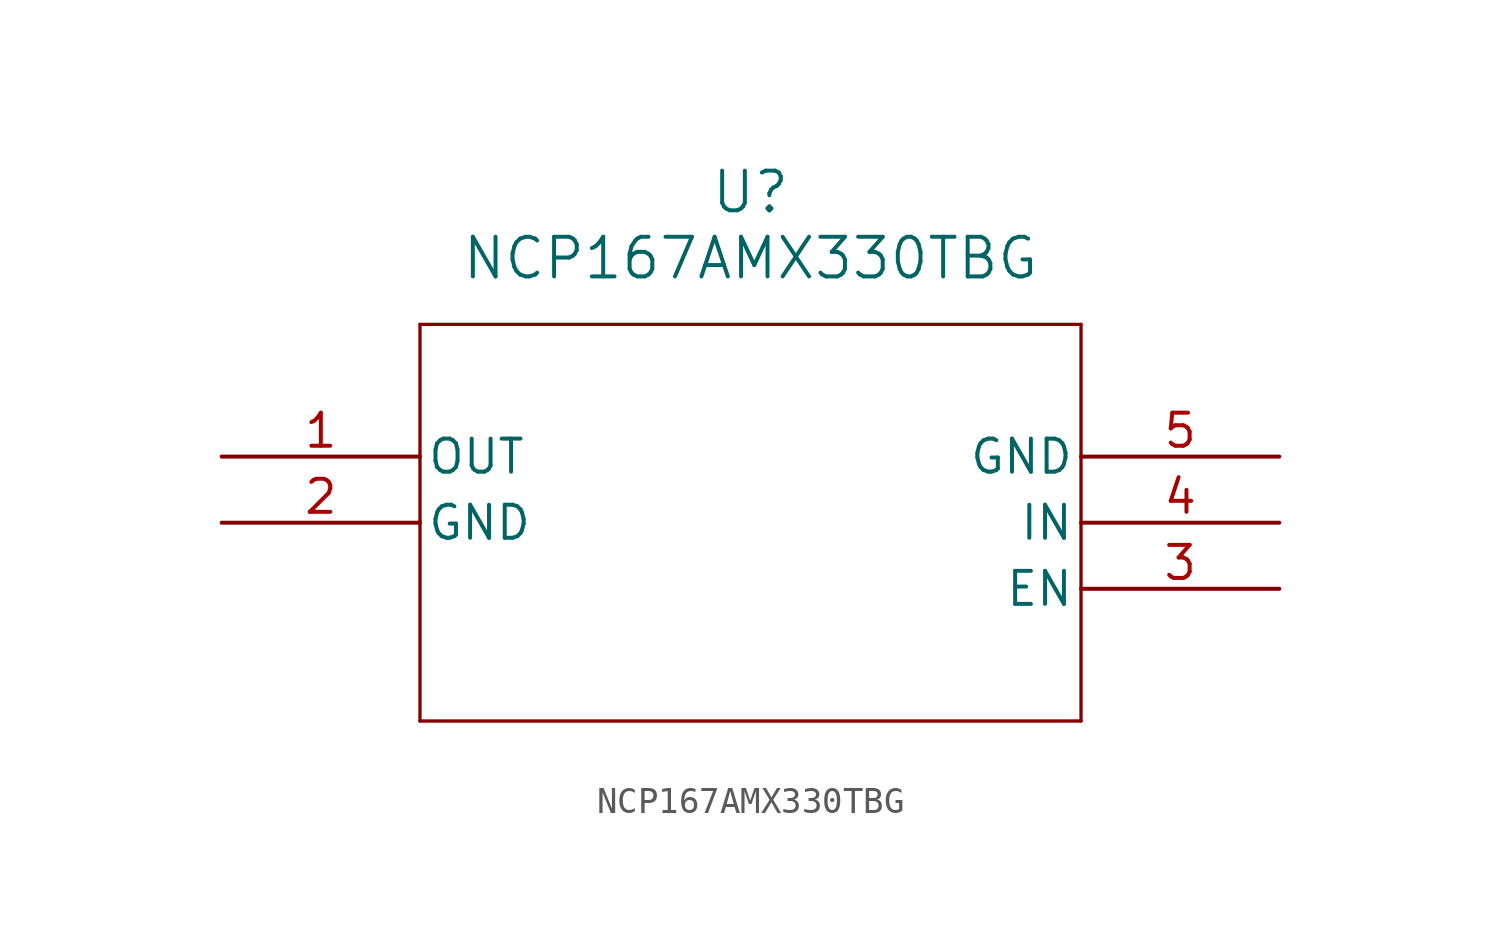
<source format=kicad_sym>
(kicad_symbol_lib
  (version 20220914)
  (generator kicad_symbol_editor)
  (symbol "NCP167AMX330TBG"
    (pin_names
      (offset 0.254))
    (property "Reference" "U"
      (at 20.32 10.16 0)
      (effects (font (size 1.524 1.524))))
    (property "Value" "NCP167AMX330TBG"
      (at 20.32 7.62 0)
      (effects (font (size 1.524 1.524))))
    (property "ki_locked" ""
      (at 0 0 0)
      (effects (font (size 1.27 1.27))))
    (symbol "NCP167AMX330TBG_0_1"
      (polyline (pts (xy 7.62 -10.16) (xy 33.02 -10.16)) (stroke (width 0.127) (type default)) (fill (type none)))
      (polyline (pts (xy 7.62 5.08) (xy 7.62 -10.16)) (stroke (width 0.127) (type default)) (fill (type none)))
      (polyline (pts (xy 33.02 -10.16) (xy 33.02 5.08)) (stroke (width 0.127) (type default)) (fill (type none)))
      (polyline (pts (xy 33.02 5.08) (xy 7.62 5.08)) (stroke (width 0.127) (type default)) (fill (type none)))
      (pin output line (at 0 0 0) (length 7.62) (name "OUT" (effects (font (size 1.27 1.27)))) (number "1" (effects (font (size 1.27 1.27)))))
      (pin power_out line (at 0 -2.54 0) (length 7.62) (name "GND" (effects (font (size 1.27 1.27)))) (number "2" (effects (font (size 1.27 1.27)))))
      (pin input line (at 40.64 -5.08 180) (length 7.62) (name "EN" (effects (font (size 1.27 1.27)))) (number "3" (effects (font (size 1.27 1.27)))))
      (pin power_in line (at 40.64 -2.54 180) (length 7.62) (name "IN" (effects (font (size 1.27 1.27)))) (number "4" (effects (font (size 1.27 1.27)))))
      (pin power_out line (at 40.64 0 180) (length 7.62) (name "GND" (effects (font (size 1.27 1.27)))) (number "5" (effects (font (size 1.27 1.27))))))))
</source>
